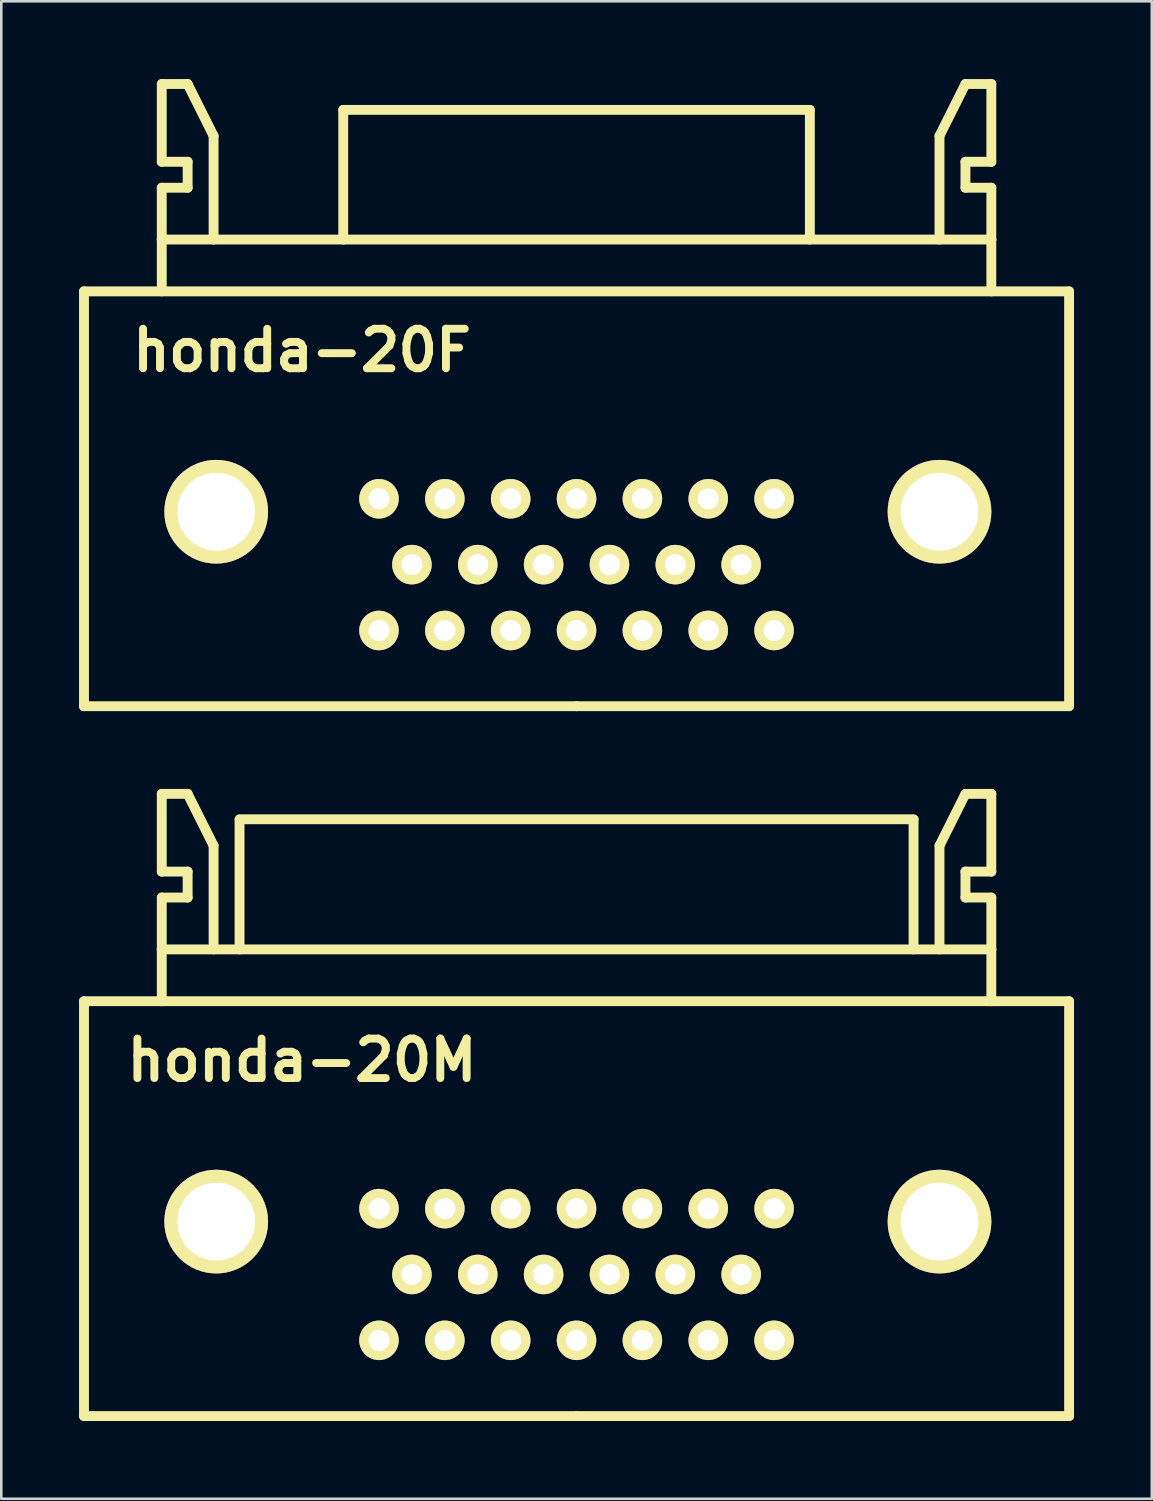
<source format=kicad_pcb>
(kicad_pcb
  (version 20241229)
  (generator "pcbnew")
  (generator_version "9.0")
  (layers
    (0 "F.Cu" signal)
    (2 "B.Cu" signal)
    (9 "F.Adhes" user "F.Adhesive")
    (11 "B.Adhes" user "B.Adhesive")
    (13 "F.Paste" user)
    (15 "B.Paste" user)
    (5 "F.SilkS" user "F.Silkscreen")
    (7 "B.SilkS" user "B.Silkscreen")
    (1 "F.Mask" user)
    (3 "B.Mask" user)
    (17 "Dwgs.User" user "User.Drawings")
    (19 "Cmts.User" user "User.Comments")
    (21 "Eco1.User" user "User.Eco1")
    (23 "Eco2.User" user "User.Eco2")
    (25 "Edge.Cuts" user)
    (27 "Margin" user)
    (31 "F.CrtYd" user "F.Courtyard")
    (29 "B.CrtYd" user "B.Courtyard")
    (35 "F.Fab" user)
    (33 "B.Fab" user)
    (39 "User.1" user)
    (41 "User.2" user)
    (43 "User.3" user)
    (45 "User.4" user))
  (footprint "honda-20F"
    (layer "F.Cu")
    (at 18.501 22.535)
    (property "Reference" "honda-20F" (at -9.901 -12.07 0) (layer "F.SilkS") (effects (font (size 1.524 1.524) (thickness 0.305))))
    (attr through_hole)
    (fp_line (start -18.311 -14.346) (end -18.311 1.656) (stroke (width 0.381) (type solid)) (layer "F.SilkS"))
    (fp_line (start -18.311 1.656) (end 0.688 1.656) (stroke (width 0.381) (type solid)) (layer "F.SilkS"))
    (fp_line (start -15.311 -22.344) (end -14.313 -22.344) (stroke (width 0.381) (type solid)) (layer "F.SilkS"))
    (fp_line (start -15.311 -19.345) (end -15.311 -22.344) (stroke (width 0.381) (type solid)) (layer "F.SilkS"))
    (fp_line (start -15.311 -18.344) (end -14.313 -18.344) (stroke (width 0.381) (type solid)) (layer "F.SilkS"))
    (fp_line (start -15.311 -16.345) (end -15.311 -18.344) (stroke (width 0.381) (type solid)) (layer "F.SilkS"))
    (fp_line (start -15.311 -16.345) (end -15.311 -14.346) (stroke (width 0.381) (type solid)) (layer "F.SilkS"))
    (fp_line (start -14.313 -22.344) (end -13.312 -20.345) (stroke (width 0.381) (type solid)) (layer "F.SilkS"))
    (fp_line (start -14.313 -19.345) (end -15.311 -19.345) (stroke (width 0.381) (type solid)) (layer "F.SilkS"))
    (fp_line (start -14.313 -18.344) (end -14.313 -19.345) (stroke (width 0.381) (type solid)) (layer "F.SilkS"))
    (fp_line (start -13.312 -20.345) (end -13.312 -16.345) (stroke (width 0.381) (type solid)) (layer "F.SilkS"))
    (fp_line (start -8.311 -21.346) (end -8.311 -16.345) (stroke (width 0.381) (type solid)) (layer "F.SilkS"))
    (fp_line (start 0.688 1.656) (end 19.688 1.656) (stroke (width 0.381) (type solid)) (layer "F.SilkS"))
    (fp_line (start 9.688 -21.346) (end -8.311 -21.346) (stroke (width 0.381) (type solid)) (layer "F.SilkS"))
    (fp_line (start 9.688 -16.345) (end 9.688 -21.346) (stroke (width 0.381) (type solid)) (layer "F.SilkS"))
    (fp_line (start 14.689 -20.345) (end 15.69 -22.344) (stroke (width 0.381) (type solid)) (layer "F.SilkS"))
    (fp_line (start 14.689 -16.345) (end 14.689 -20.345) (stroke (width 0.381) (type solid)) (layer "F.SilkS"))
    (fp_line (start 15.69 -22.344) (end 16.688 -22.344) (stroke (width 0.381) (type solid)) (layer "F.SilkS"))
    (fp_line (start 15.69 -19.345) (end 15.69 -18.344) (stroke (width 0.381) (type solid)) (layer "F.SilkS"))
    (fp_line (start 15.69 -18.344) (end 16.688 -18.344) (stroke (width 0.381) (type solid)) (layer "F.SilkS"))
    (fp_line (start 16.688 -22.344) (end 16.688 -19.345) (stroke (width 0.381) (type solid)) (layer "F.SilkS"))
    (fp_line (start 16.688 -19.345) (end 15.69 -19.345) (stroke (width 0.381) (type solid)) (layer "F.SilkS"))
    (fp_line (start 16.688 -18.344) (end 16.688 -16.345) (stroke (width 0.381) (type solid)) (layer "F.SilkS"))
    (fp_line (start 16.688 -16.345) (end -15.311 -16.345) (stroke (width 0.381) (type solid)) (layer "F.SilkS"))
    (fp_line (start 16.688 -14.346) (end 16.688 -16.345) (stroke (width 0.381) (type solid)) (layer "F.SilkS"))
    (fp_line (start 19.688 -14.346) (end -18.311 -14.346) (stroke (width 0.381) (type solid)) (layer "F.SilkS"))
    (fp_line (start 19.688 1.656) (end 19.688 -14.346) (stroke (width 0.381) (type solid)) (layer "F.SilkS"))
    (pad "1" thru_hole circle (at 8.308 -6.345) (size 1.524 1.524) (drill 0.813) (layers "*.Cu" "*.Mask" "F.SilkS"))
    (pad "2" thru_hole circle (at 5.768 -6.345) (size 1.524 1.524) (drill 0.813) (layers "*.Cu" "*.Mask" "F.SilkS"))
    (pad "3" thru_hole circle (at 3.228 -6.345) (size 1.524 1.524) (drill 0.813) (layers "*.Cu" "*.Mask" "F.SilkS"))
    (pad "4" thru_hole circle (at 0.688 -6.345) (size 1.524 1.524) (drill 0.813) (layers "*.Cu" "*.Mask" "F.SilkS"))
    (pad "5" thru_hole circle (at -1.852 -6.345) (size 1.524 1.524) (drill 0.813) (layers "*.Cu" "*.Mask" "F.SilkS"))
    (pad "6" thru_hole circle (at -4.392 -6.345) (size 1.524 1.524) (drill 0.813) (layers "*.Cu" "*.Mask" "F.SilkS"))
    (pad "7" thru_hole circle (at -6.932 -6.345) (size 1.524 1.524) (drill 0.813) (layers "*.Cu" "*.Mask" "F.SilkS"))
    (pad "8" thru_hole circle (at 7.038 -3.805) (size 1.524 1.524) (drill 0.813) (layers "*.Cu" "*.Mask" "F.SilkS"))
    (pad "9" thru_hole circle (at 4.498 -3.805) (size 1.524 1.524) (drill 0.813) (layers "*.Cu" "*.Mask" "F.SilkS"))
    (pad "10" thru_hole circle (at 1.958 -3.805) (size 1.524 1.524) (drill 0.813) (layers "*.Cu" "*.Mask" "F.SilkS"))
    (pad "11" thru_hole circle (at -0.582 -3.805) (size 1.524 1.524) (drill 0.813) (layers "*.Cu" "*.Mask" "F.SilkS"))
    (pad "12" thru_hole circle (at -3.122 -3.805) (size 1.524 1.524) (drill 0.813) (layers "*.Cu" "*.Mask" "F.SilkS"))
    (pad "13" thru_hole circle (at -5.662 -3.805) (size 1.524 1.524) (drill 0.813) (layers "*.Cu" "*.Mask" "F.SilkS"))
    (pad "14" thru_hole circle (at 8.308 -1.265) (size 1.524 1.524) (drill 0.813) (layers "*.Cu" "*.Mask" "F.SilkS"))
    (pad "15" thru_hole circle (at 5.768 -1.265) (size 1.524 1.524) (drill 0.813) (layers "*.Cu" "*.Mask" "F.SilkS"))
    (pad "16" thru_hole circle (at 3.228 -1.265) (size 1.524 1.524) (drill 0.813) (layers "*.Cu" "*.Mask" "F.SilkS"))
    (pad "17" thru_hole circle (at 0.688 -1.265) (size 1.524 1.524) (drill 0.813) (layers "*.Cu" "*.Mask" "F.SilkS"))
    (pad "18" thru_hole circle (at -1.852 -1.265) (size 1.524 1.524) (drill 0.813) (layers "*.Cu" "*.Mask" "F.SilkS"))
    (pad "19" thru_hole circle (at -4.392 -1.265) (size 1.524 1.524) (drill 0.813) (layers "*.Cu" "*.Mask" "F.SilkS"))
    (pad "20" thru_hole circle (at -6.932 -1.265) (size 1.524 1.524) (drill 0.813) (layers "*.Cu" "*.Mask" "F.SilkS"))
    (pad "21" thru_hole circle (at 14.689 -5.845 270) (size 4 4) (drill 3) (layers "*.Cu" "*.Mask" "F.SilkS"))
    (pad "22" thru_hole circle (at -13.211 -5.845 270) (size 4 4) (drill 3) (layers "*.Cu" "*.Mask" "F.SilkS")))
  (footprint "honda-20M"
    (layer "F.Cu")
    (at 18.501 49.916)
    (property "Reference" "honda-20M" (at -9.901 -12.07 0) (layer "F.SilkS") (effects (font (size 1.524 1.524) (thickness 0.305))))
    (attr through_hole)
    (fp_line (start -18.311 -14.346) (end -18.311 1.656) (stroke (width 0.381) (type solid)) (layer "F.SilkS"))
    (fp_line (start -18.311 1.656) (end 0.688 1.656) (stroke (width 0.381) (type solid)) (layer "F.SilkS"))
    (fp_line (start -15.311 -22.344) (end -14.313 -22.344) (stroke (width 0.381) (type solid)) (layer "F.SilkS"))
    (fp_line (start -15.311 -19.345) (end -15.311 -22.344) (stroke (width 0.381) (type solid)) (layer "F.SilkS"))
    (fp_line (start -15.311 -18.344) (end -14.313 -18.344) (stroke (width 0.381) (type solid)) (layer "F.SilkS"))
    (fp_line (start -15.311 -16.345) (end -15.311 -18.344) (stroke (width 0.381) (type solid)) (layer "F.SilkS"))
    (fp_line (start -15.311 -16.345) (end -15.311 -14.346) (stroke (width 0.381) (type solid)) (layer "F.SilkS"))
    (fp_line (start -14.313 -22.344) (end -13.312 -20.345) (stroke (width 0.381) (type solid)) (layer "F.SilkS"))
    (fp_line (start -14.313 -19.345) (end -15.311 -19.345) (stroke (width 0.381) (type solid)) (layer "F.SilkS"))
    (fp_line (start -14.313 -18.344) (end -14.313 -19.345) (stroke (width 0.381) (type solid)) (layer "F.SilkS"))
    (fp_line (start -13.312 -20.345) (end -13.312 -16.345) (stroke (width 0.381) (type solid)) (layer "F.SilkS"))
    (fp_line (start -12.311 -21.346) (end -12.311 -16.345) (stroke (width 0.381) (type solid)) (layer "F.SilkS"))
    (fp_line (start 0.688 1.656) (end 19.688 1.656) (stroke (width 0.381) (type solid)) (layer "F.SilkS"))
    (fp_line (start 13.688 -16.345) (end 13.688 -21.346) (stroke (width 0.381) (type solid)) (layer "F.SilkS"))
    (fp_line (start 13.691 -21.364) (end -12.309 -21.364) (stroke (width 0.381) (type solid)) (layer "F.SilkS"))
    (fp_line (start 14.689 -20.345) (end 15.69 -22.344) (stroke (width 0.381) (type solid)) (layer "F.SilkS"))
    (fp_line (start 14.689 -16.345) (end 14.689 -20.345) (stroke (width 0.381) (type solid)) (layer "F.SilkS"))
    (fp_line (start 15.69 -22.344) (end 16.688 -22.344) (stroke (width 0.381) (type solid)) (layer "F.SilkS"))
    (fp_line (start 15.69 -19.345) (end 15.69 -18.344) (stroke (width 0.381) (type solid)) (layer "F.SilkS"))
    (fp_line (start 15.69 -18.344) (end 16.688 -18.344) (stroke (width 0.381) (type solid)) (layer "F.SilkS"))
    (fp_line (start 16.688 -22.344) (end 16.688 -19.345) (stroke (width 0.381) (type solid)) (layer "F.SilkS"))
    (fp_line (start 16.688 -19.345) (end 15.69 -19.345) (stroke (width 0.381) (type solid)) (layer "F.SilkS"))
    (fp_line (start 16.688 -18.344) (end 16.688 -16.345) (stroke (width 0.381) (type solid)) (layer "F.SilkS"))
    (fp_line (start 16.688 -16.345) (end -15.311 -16.345) (stroke (width 0.381) (type solid)) (layer "F.SilkS"))
    (fp_line (start 16.688 -14.346) (end 16.688 -16.345) (stroke (width 0.381) (type solid)) (layer "F.SilkS"))
    (fp_line (start 19.688 -14.346) (end -18.311 -14.346) (stroke (width 0.381) (type solid)) (layer "F.SilkS"))
    (fp_line (start 19.688 1.656) (end 19.688 -14.346) (stroke (width 0.381) (type solid)) (layer "F.SilkS"))
    (pad "1" thru_hole circle (at -6.932 -6.345) (size 1.524 1.524) (drill 0.813) (layers "*.Cu" "*.Mask" "F.SilkS"))
    (pad "2" thru_hole circle (at -4.392 -6.345) (size 1.524 1.524) (drill 0.813) (layers "*.Cu" "*.Mask" "F.SilkS"))
    (pad "3" thru_hole circle (at -1.852 -6.345) (size 1.524 1.524) (drill 0.813) (layers "*.Cu" "*.Mask" "F.SilkS"))
    (pad "4" thru_hole circle (at 0.688 -6.345) (size 1.524 1.524) (drill 0.813) (layers "*.Cu" "*.Mask" "F.SilkS"))
    (pad "5" thru_hole circle (at 3.228 -6.345) (size 1.524 1.524) (drill 0.813) (layers "*.Cu" "*.Mask" "F.SilkS"))
    (pad "6" thru_hole circle (at 5.768 -6.345) (size 1.524 1.524) (drill 0.813) (layers "*.Cu" "*.Mask" "F.SilkS"))
    (pad "7" thru_hole circle (at 8.308 -6.345) (size 1.524 1.524) (drill 0.813) (layers "*.Cu" "*.Mask" "F.SilkS"))
    (pad "8" thru_hole circle (at -5.662 -3.805) (size 1.524 1.524) (drill 0.813) (layers "*.Cu" "*.Mask" "F.SilkS"))
    (pad "9" thru_hole circle (at -3.122 -3.805) (size 1.524 1.524) (drill 0.813) (layers "*.Cu" "*.Mask" "F.SilkS"))
    (pad "10" thru_hole circle (at -0.582 -3.805) (size 1.524 1.524) (drill 0.813) (layers "*.Cu" "*.Mask" "F.SilkS"))
    (pad "11" thru_hole circle (at 1.958 -3.805) (size 1.524 1.524) (drill 0.813) (layers "*.Cu" "*.Mask" "F.SilkS"))
    (pad "12" thru_hole circle (at 4.498 -3.805) (size 1.524 1.524) (drill 0.813) (layers "*.Cu" "*.Mask" "F.SilkS"))
    (pad "13" thru_hole circle (at 7.038 -3.805) (size 1.524 1.524) (drill 0.813) (layers "*.Cu" "*.Mask" "F.SilkS"))
    (pad "14" thru_hole circle (at -6.932 -1.265) (size 1.524 1.524) (drill 0.813) (layers "*.Cu" "*.Mask" "F.SilkS"))
    (pad "15" thru_hole circle (at -4.392 -1.265) (size 1.524 1.524) (drill 0.813) (layers "*.Cu" "*.Mask" "F.SilkS"))
    (pad "16" thru_hole circle (at -1.852 -1.265) (size 1.524 1.524) (drill 0.813) (layers "*.Cu" "*.Mask" "F.SilkS"))
    (pad "17" thru_hole circle (at 0.688 -1.265) (size 1.524 1.524) (drill 0.813) (layers "*.Cu" "*.Mask" "F.SilkS"))
    (pad "18" thru_hole circle (at 3.228 -1.265) (size 1.524 1.524) (drill 0.813) (layers "*.Cu" "*.Mask" "F.SilkS"))
    (pad "19" thru_hole circle (at 5.768 -1.265) (size 1.524 1.524) (drill 0.813) (layers "*.Cu" "*.Mask" "F.SilkS"))
    (pad "20" thru_hole circle (at 8.308 -1.265) (size 1.524 1.524) (drill 0.813) (layers "*.Cu" "*.Mask" "F.SilkS"))
    (pad "21" thru_hole circle (at 14.689 -5.845 270) (size 4 4) (drill 3) (layers "*.Cu" "*.Mask" "F.SilkS"))
    (pad "22" thru_hole circle (at -13.211 -5.845 270) (size 4 4) (drill 3) (layers "*.Cu" "*.Mask" "F.SilkS")))
  (gr_rect
    (start -3 -3)
    (end 41.379 54.763)
    (stroke (width 0.1) (type default))
    (fill no)
    (layer "Edge.Cuts")))
</source>
